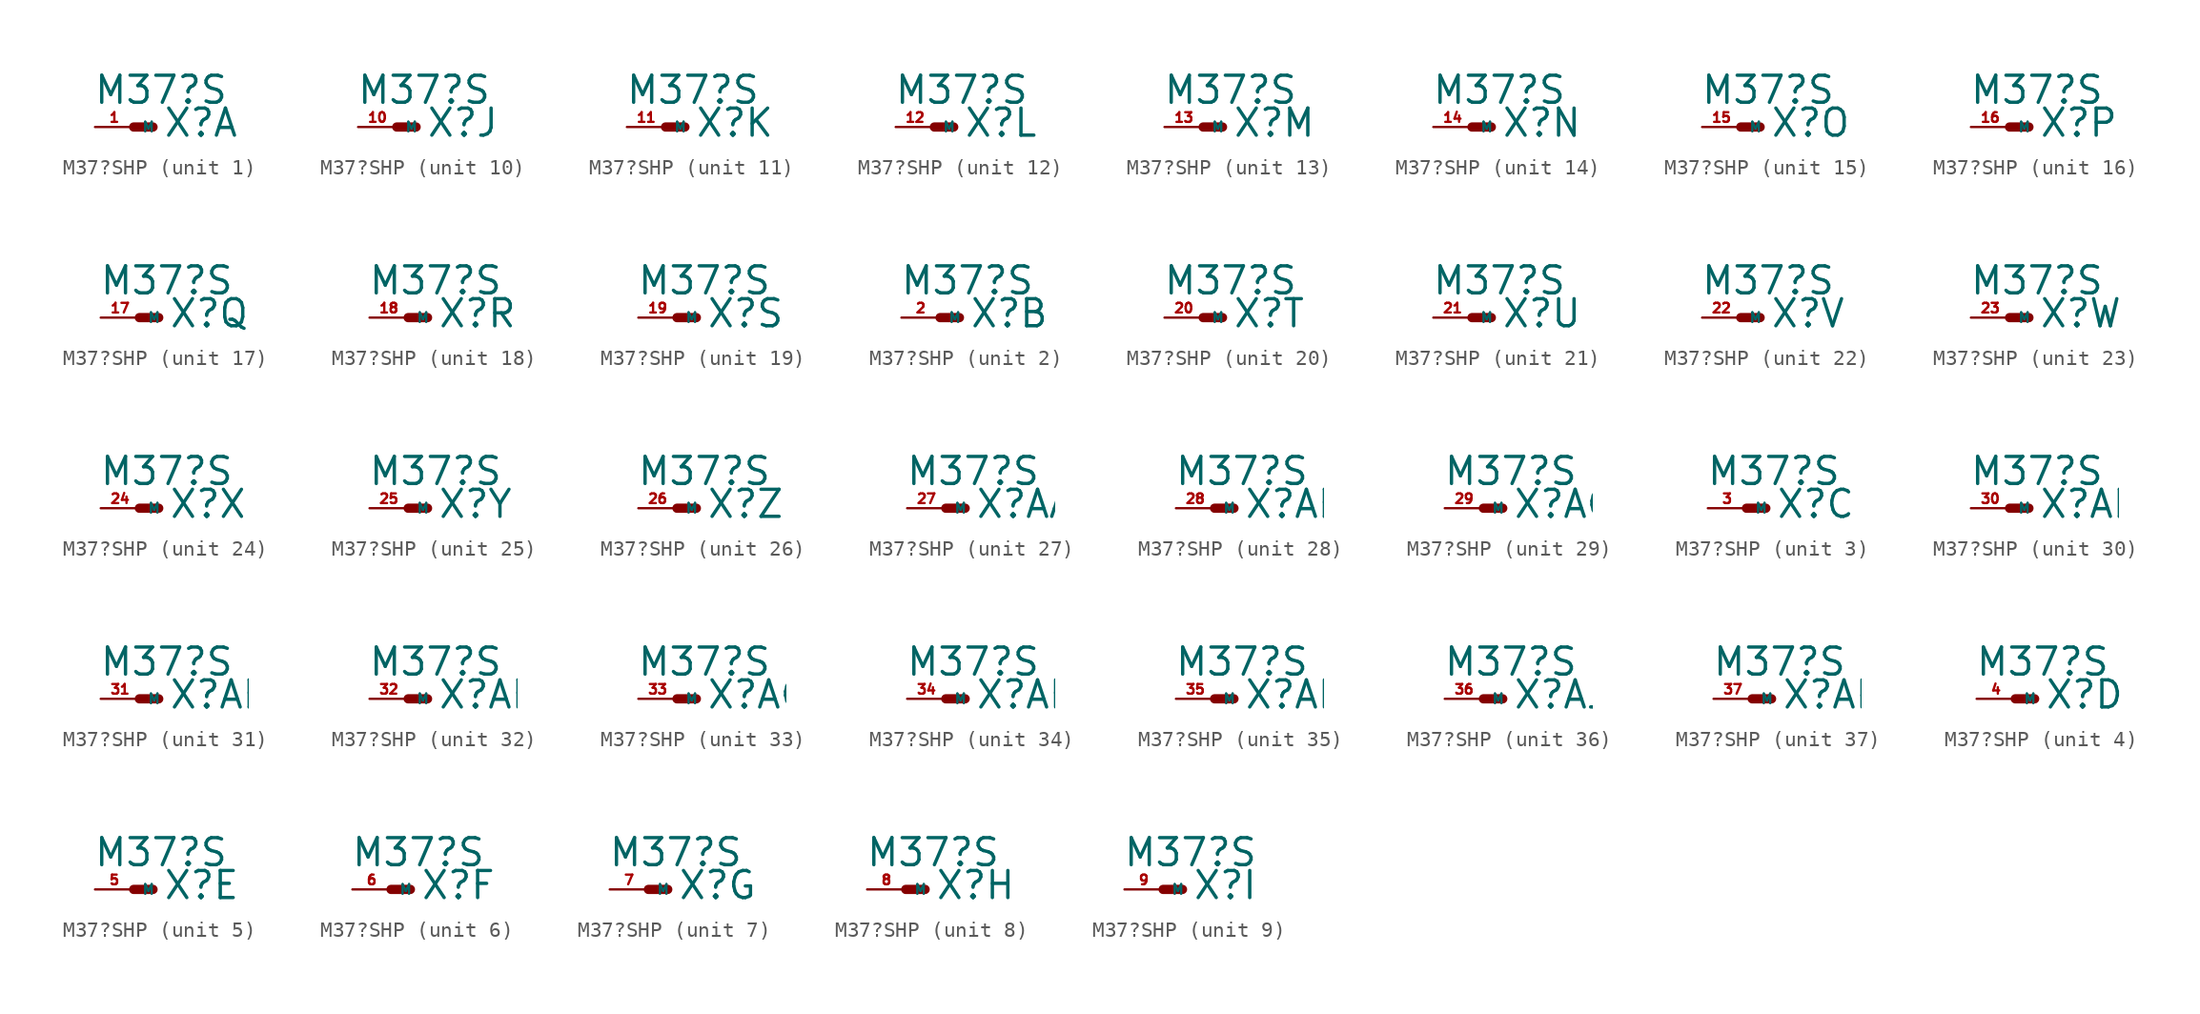
<source format=kicad_sym>
(kicad_symbol_lib
  (version 20220914)
  (generator Eagle2Kicad)
  (symbol "M37?SHP"
    (property "Reference" "X"
      (at 1.905 -0.762 0)
      (effects (font (size 1.778 1.778) (thickness 0.22)) (justify left bottom)))
    (property "Value" "M37?S"
      (at -2.667 1.397 0)
      (effects (font (size 1.778 1.778) (thickness 0.22)) (justify left bottom)))
    (symbol "M37?SHP_1_0"
      (polyline (pts (xy 0 0) (xy 1.27 0)) (stroke (width 0.61) (type default)) (fill (type none)))
      (pin passive line (at -2.54 0 0) (length 2.54) (name "M" (effects (font (size 0.635 0.635) (thickness 0.08)) (justify left bottom))) (number "1" (effects (font (size 0.635 0.635) (thickness 0.08)) (justify left bottom)))))
    (symbol "M37?SHP_2_0"
      (polyline (pts (xy 0 0) (xy 1.27 0)) (stroke (width 0.61) (type default)) (fill (type none)))
      (pin passive line (at -2.54 0 0) (length 2.54) (name "M" (effects (font (size 0.635 0.635) (thickness 0.08)) (justify left bottom))) (number "2" (effects (font (size 0.635 0.635) (thickness 0.08)) (justify left bottom)))))
    (symbol "M37?SHP_3_0"
      (polyline (pts (xy 0 0) (xy 1.27 0)) (stroke (width 0.61) (type default)) (fill (type none)))
      (pin passive line (at -2.54 0 0) (length 2.54) (name "M" (effects (font (size 0.635 0.635) (thickness 0.08)) (justify left bottom))) (number "3" (effects (font (size 0.635 0.635) (thickness 0.08)) (justify left bottom)))))
    (symbol "M37?SHP_4_0"
      (polyline (pts (xy 0 0) (xy 1.27 0)) (stroke (width 0.61) (type default)) (fill (type none)))
      (pin passive line (at -2.54 0 0) (length 2.54) (name "M" (effects (font (size 0.635 0.635) (thickness 0.08)) (justify left bottom))) (number "4" (effects (font (size 0.635 0.635) (thickness 0.08)) (justify left bottom)))))
    (symbol "M37?SHP_5_0"
      (polyline (pts (xy 0 0) (xy 1.27 0)) (stroke (width 0.61) (type default)) (fill (type none)))
      (pin passive line (at -2.54 0 0) (length 2.54) (name "M" (effects (font (size 0.635 0.635) (thickness 0.08)) (justify left bottom))) (number "5" (effects (font (size 0.635 0.635) (thickness 0.08)) (justify left bottom)))))
    (symbol "M37?SHP_6_0"
      (polyline (pts (xy 0 0) (xy 1.27 0)) (stroke (width 0.61) (type default)) (fill (type none)))
      (pin passive line (at -2.54 0 0) (length 2.54) (name "M" (effects (font (size 0.635 0.635) (thickness 0.08)) (justify left bottom))) (number "6" (effects (font (size 0.635 0.635) (thickness 0.08)) (justify left bottom)))))
    (symbol "M37?SHP_7_0"
      (polyline (pts (xy 0 0) (xy 1.27 0)) (stroke (width 0.61) (type default)) (fill (type none)))
      (pin passive line (at -2.54 0 0) (length 2.54) (name "M" (effects (font (size 0.635 0.635) (thickness 0.08)) (justify left bottom))) (number "7" (effects (font (size 0.635 0.635) (thickness 0.08)) (justify left bottom)))))
    (symbol "M37?SHP_8_0"
      (polyline (pts (xy 0 0) (xy 1.27 0)) (stroke (width 0.61) (type default)) (fill (type none)))
      (pin passive line (at -2.54 0 0) (length 2.54) (name "M" (effects (font (size 0.635 0.635) (thickness 0.08)) (justify left bottom))) (number "8" (effects (font (size 0.635 0.635) (thickness 0.08)) (justify left bottom)))))
    (symbol "M37?SHP_9_0"
      (polyline (pts (xy 0 0) (xy 1.27 0)) (stroke (width 0.61) (type default)) (fill (type none)))
      (pin passive line (at -2.54 0 0) (length 2.54) (name "M" (effects (font (size 0.635 0.635) (thickness 0.08)) (justify left bottom))) (number "9" (effects (font (size 0.635 0.635) (thickness 0.08)) (justify left bottom)))))
    (symbol "M37?SHP_10_0"
      (polyline (pts (xy 0 0) (xy 1.27 0)) (stroke (width 0.61) (type default)) (fill (type none)))
      (pin passive line (at -2.54 0 0) (length 2.54) (name "M" (effects (font (size 0.635 0.635) (thickness 0.08)) (justify left bottom))) (number "10" (effects (font (size 0.635 0.635) (thickness 0.08)) (justify left bottom)))))
    (symbol "M37?SHP_11_0"
      (polyline (pts (xy 0 0) (xy 1.27 0)) (stroke (width 0.61) (type default)) (fill (type none)))
      (pin passive line (at -2.54 0 0) (length 2.54) (name "M" (effects (font (size 0.635 0.635) (thickness 0.08)) (justify left bottom))) (number "11" (effects (font (size 0.635 0.635) (thickness 0.08)) (justify left bottom)))))
    (symbol "M37?SHP_12_0"
      (polyline (pts (xy 0 0) (xy 1.27 0)) (stroke (width 0.61) (type default)) (fill (type none)))
      (pin passive line (at -2.54 0 0) (length 2.54) (name "M" (effects (font (size 0.635 0.635) (thickness 0.08)) (justify left bottom))) (number "12" (effects (font (size 0.635 0.635) (thickness 0.08)) (justify left bottom)))))
    (symbol "M37?SHP_13_0"
      (polyline (pts (xy 0 0) (xy 1.27 0)) (stroke (width 0.61) (type default)) (fill (type none)))
      (pin passive line (at -2.54 0 0) (length 2.54) (name "M" (effects (font (size 0.635 0.635) (thickness 0.08)) (justify left bottom))) (number "13" (effects (font (size 0.635 0.635) (thickness 0.08)) (justify left bottom)))))
    (symbol "M37?SHP_14_0"
      (polyline (pts (xy 0 0) (xy 1.27 0)) (stroke (width 0.61) (type default)) (fill (type none)))
      (pin passive line (at -2.54 0 0) (length 2.54) (name "M" (effects (font (size 0.635 0.635) (thickness 0.08)) (justify left bottom))) (number "14" (effects (font (size 0.635 0.635) (thickness 0.08)) (justify left bottom)))))
    (symbol "M37?SHP_15_0"
      (polyline (pts (xy 0 0) (xy 1.27 0)) (stroke (width 0.61) (type default)) (fill (type none)))
      (pin passive line (at -2.54 0 0) (length 2.54) (name "M" (effects (font (size 0.635 0.635) (thickness 0.08)) (justify left bottom))) (number "15" (effects (font (size 0.635 0.635) (thickness 0.08)) (justify left bottom)))))
    (symbol "M37?SHP_16_0"
      (polyline (pts (xy 0 0) (xy 1.27 0)) (stroke (width 0.61) (type default)) (fill (type none)))
      (pin passive line (at -2.54 0 0) (length 2.54) (name "M" (effects (font (size 0.635 0.635) (thickness 0.08)) (justify left bottom))) (number "16" (effects (font (size 0.635 0.635) (thickness 0.08)) (justify left bottom)))))
    (symbol "M37?SHP_17_0"
      (polyline (pts (xy 0 0) (xy 1.27 0)) (stroke (width 0.61) (type default)) (fill (type none)))
      (pin passive line (at -2.54 0 0) (length 2.54) (name "M" (effects (font (size 0.635 0.635) (thickness 0.08)) (justify left bottom))) (number "17" (effects (font (size 0.635 0.635) (thickness 0.08)) (justify left bottom)))))
    (symbol "M37?SHP_18_0"
      (polyline (pts (xy 0 0) (xy 1.27 0)) (stroke (width 0.61) (type default)) (fill (type none)))
      (pin passive line (at -2.54 0 0) (length 2.54) (name "M" (effects (font (size 0.635 0.635) (thickness 0.08)) (justify left bottom))) (number "18" (effects (font (size 0.635 0.635) (thickness 0.08)) (justify left bottom)))))
    (symbol "M37?SHP_19_0"
      (polyline (pts (xy 0 0) (xy 1.27 0)) (stroke (width 0.61) (type default)) (fill (type none)))
      (pin passive line (at -2.54 0 0) (length 2.54) (name "M" (effects (font (size 0.635 0.635) (thickness 0.08)) (justify left bottom))) (number "19" (effects (font (size 0.635 0.635) (thickness 0.08)) (justify left bottom)))))
    (symbol "M37?SHP_20_0"
      (polyline (pts (xy 0 0) (xy 1.27 0)) (stroke (width 0.61) (type default)) (fill (type none)))
      (pin passive line (at -2.54 0 0) (length 2.54) (name "M" (effects (font (size 0.635 0.635) (thickness 0.08)) (justify left bottom))) (number "20" (effects (font (size 0.635 0.635) (thickness 0.08)) (justify left bottom)))))
    (symbol "M37?SHP_21_0"
      (polyline (pts (xy 0 0) (xy 1.27 0)) (stroke (width 0.61) (type default)) (fill (type none)))
      (pin passive line (at -2.54 0 0) (length 2.54) (name "M" (effects (font (size 0.635 0.635) (thickness 0.08)) (justify left bottom))) (number "21" (effects (font (size 0.635 0.635) (thickness 0.08)) (justify left bottom)))))
    (symbol "M37?SHP_22_0"
      (polyline (pts (xy 0 0) (xy 1.27 0)) (stroke (width 0.61) (type default)) (fill (type none)))
      (pin passive line (at -2.54 0 0) (length 2.54) (name "M" (effects (font (size 0.635 0.635) (thickness 0.08)) (justify left bottom))) (number "22" (effects (font (size 0.635 0.635) (thickness 0.08)) (justify left bottom)))))
    (symbol "M37?SHP_23_0"
      (polyline (pts (xy 0 0) (xy 1.27 0)) (stroke (width 0.61) (type default)) (fill (type none)))
      (pin passive line (at -2.54 0 0) (length 2.54) (name "M" (effects (font (size 0.635 0.635) (thickness 0.08)) (justify left bottom))) (number "23" (effects (font (size 0.635 0.635) (thickness 0.08)) (justify left bottom)))))
    (symbol "M37?SHP_24_0"
      (polyline (pts (xy 0 0) (xy 1.27 0)) (stroke (width 0.61) (type default)) (fill (type none)))
      (pin passive line (at -2.54 0 0) (length 2.54) (name "M" (effects (font (size 0.635 0.635) (thickness 0.08)) (justify left bottom))) (number "24" (effects (font (size 0.635 0.635) (thickness 0.08)) (justify left bottom)))))
    (symbol "M37?SHP_25_0"
      (polyline (pts (xy 0 0) (xy 1.27 0)) (stroke (width 0.61) (type default)) (fill (type none)))
      (pin passive line (at -2.54 0 0) (length 2.54) (name "M" (effects (font (size 0.635 0.635) (thickness 0.08)) (justify left bottom))) (number "25" (effects (font (size 0.635 0.635) (thickness 0.08)) (justify left bottom)))))
    (symbol "M37?SHP_26_0"
      (polyline (pts (xy 0 0) (xy 1.27 0)) (stroke (width 0.61) (type default)) (fill (type none)))
      (pin passive line (at -2.54 0 0) (length 2.54) (name "M" (effects (font (size 0.635 0.635) (thickness 0.08)) (justify left bottom))) (number "26" (effects (font (size 0.635 0.635) (thickness 0.08)) (justify left bottom)))))
    (symbol "M37?SHP_27_0"
      (polyline (pts (xy 0 0) (xy 1.27 0)) (stroke (width 0.61) (type default)) (fill (type none)))
      (pin passive line (at -2.54 0 0) (length 2.54) (name "M" (effects (font (size 0.635 0.635) (thickness 0.08)) (justify left bottom))) (number "27" (effects (font (size 0.635 0.635) (thickness 0.08)) (justify left bottom)))))
    (symbol "M37?SHP_28_0"
      (polyline (pts (xy 0 0) (xy 1.27 0)) (stroke (width 0.61) (type default)) (fill (type none)))
      (pin passive line (at -2.54 0 0) (length 2.54) (name "M" (effects (font (size 0.635 0.635) (thickness 0.08)) (justify left bottom))) (number "28" (effects (font (size 0.635 0.635) (thickness 0.08)) (justify left bottom)))))
    (symbol "M37?SHP_29_0"
      (polyline (pts (xy 0 0) (xy 1.27 0)) (stroke (width 0.61) (type default)) (fill (type none)))
      (pin passive line (at -2.54 0 0) (length 2.54) (name "M" (effects (font (size 0.635 0.635) (thickness 0.08)) (justify left bottom))) (number "29" (effects (font (size 0.635 0.635) (thickness 0.08)) (justify left bottom)))))
    (symbol "M37?SHP_30_0"
      (polyline (pts (xy 0 0) (xy 1.27 0)) (stroke (width 0.61) (type default)) (fill (type none)))
      (pin passive line (at -2.54 0 0) (length 2.54) (name "M" (effects (font (size 0.635 0.635) (thickness 0.08)) (justify left bottom))) (number "30" (effects (font (size 0.635 0.635) (thickness 0.08)) (justify left bottom)))))
    (symbol "M37?SHP_31_0"
      (polyline (pts (xy 0 0) (xy 1.27 0)) (stroke (width 0.61) (type default)) (fill (type none)))
      (pin passive line (at -2.54 0 0) (length 2.54) (name "M" (effects (font (size 0.635 0.635) (thickness 0.08)) (justify left bottom))) (number "31" (effects (font (size 0.635 0.635) (thickness 0.08)) (justify left bottom)))))
    (symbol "M37?SHP_32_0"
      (polyline (pts (xy 0 0) (xy 1.27 0)) (stroke (width 0.61) (type default)) (fill (type none)))
      (pin passive line (at -2.54 0 0) (length 2.54) (name "M" (effects (font (size 0.635 0.635) (thickness 0.08)) (justify left bottom))) (number "32" (effects (font (size 0.635 0.635) (thickness 0.08)) (justify left bottom)))))
    (symbol "M37?SHP_33_0"
      (polyline (pts (xy 0 0) (xy 1.27 0)) (stroke (width 0.61) (type default)) (fill (type none)))
      (pin passive line (at -2.54 0 0) (length 2.54) (name "M" (effects (font (size 0.635 0.635) (thickness 0.08)) (justify left bottom))) (number "33" (effects (font (size 0.635 0.635) (thickness 0.08)) (justify left bottom)))))
    (symbol "M37?SHP_34_0"
      (polyline (pts (xy 0 0) (xy 1.27 0)) (stroke (width 0.61) (type default)) (fill (type none)))
      (pin passive line (at -2.54 0 0) (length 2.54) (name "M" (effects (font (size 0.635 0.635) (thickness 0.08)) (justify left bottom))) (number "34" (effects (font (size 0.635 0.635) (thickness 0.08)) (justify left bottom)))))
    (symbol "M37?SHP_35_0"
      (polyline (pts (xy 0 0) (xy 1.27 0)) (stroke (width 0.61) (type default)) (fill (type none)))
      (pin passive line (at -2.54 0 0) (length 2.54) (name "M" (effects (font (size 0.635 0.635) (thickness 0.08)) (justify left bottom))) (number "35" (effects (font (size 0.635 0.635) (thickness 0.08)) (justify left bottom)))))
    (symbol "M37?SHP_36_0"
      (polyline (pts (xy 0 0) (xy 1.27 0)) (stroke (width 0.61) (type default)) (fill (type none)))
      (pin passive line (at -2.54 0 0) (length 2.54) (name "M" (effects (font (size 0.635 0.635) (thickness 0.08)) (justify left bottom))) (number "36" (effects (font (size 0.635 0.635) (thickness 0.08)) (justify left bottom)))))
    (symbol "M37?SHP_37_0"
      (polyline (pts (xy 0 0) (xy 1.27 0)) (stroke (width 0.61) (type default)) (fill (type none)))
      (pin passive line (at -2.54 0 0) (length 2.54) (name "M" (effects (font (size 0.635 0.635) (thickness 0.08)) (justify left bottom))) (number "37" (effects (font (size 0.635 0.635) (thickness 0.08)) (justify left bottom)))))))
</source>
